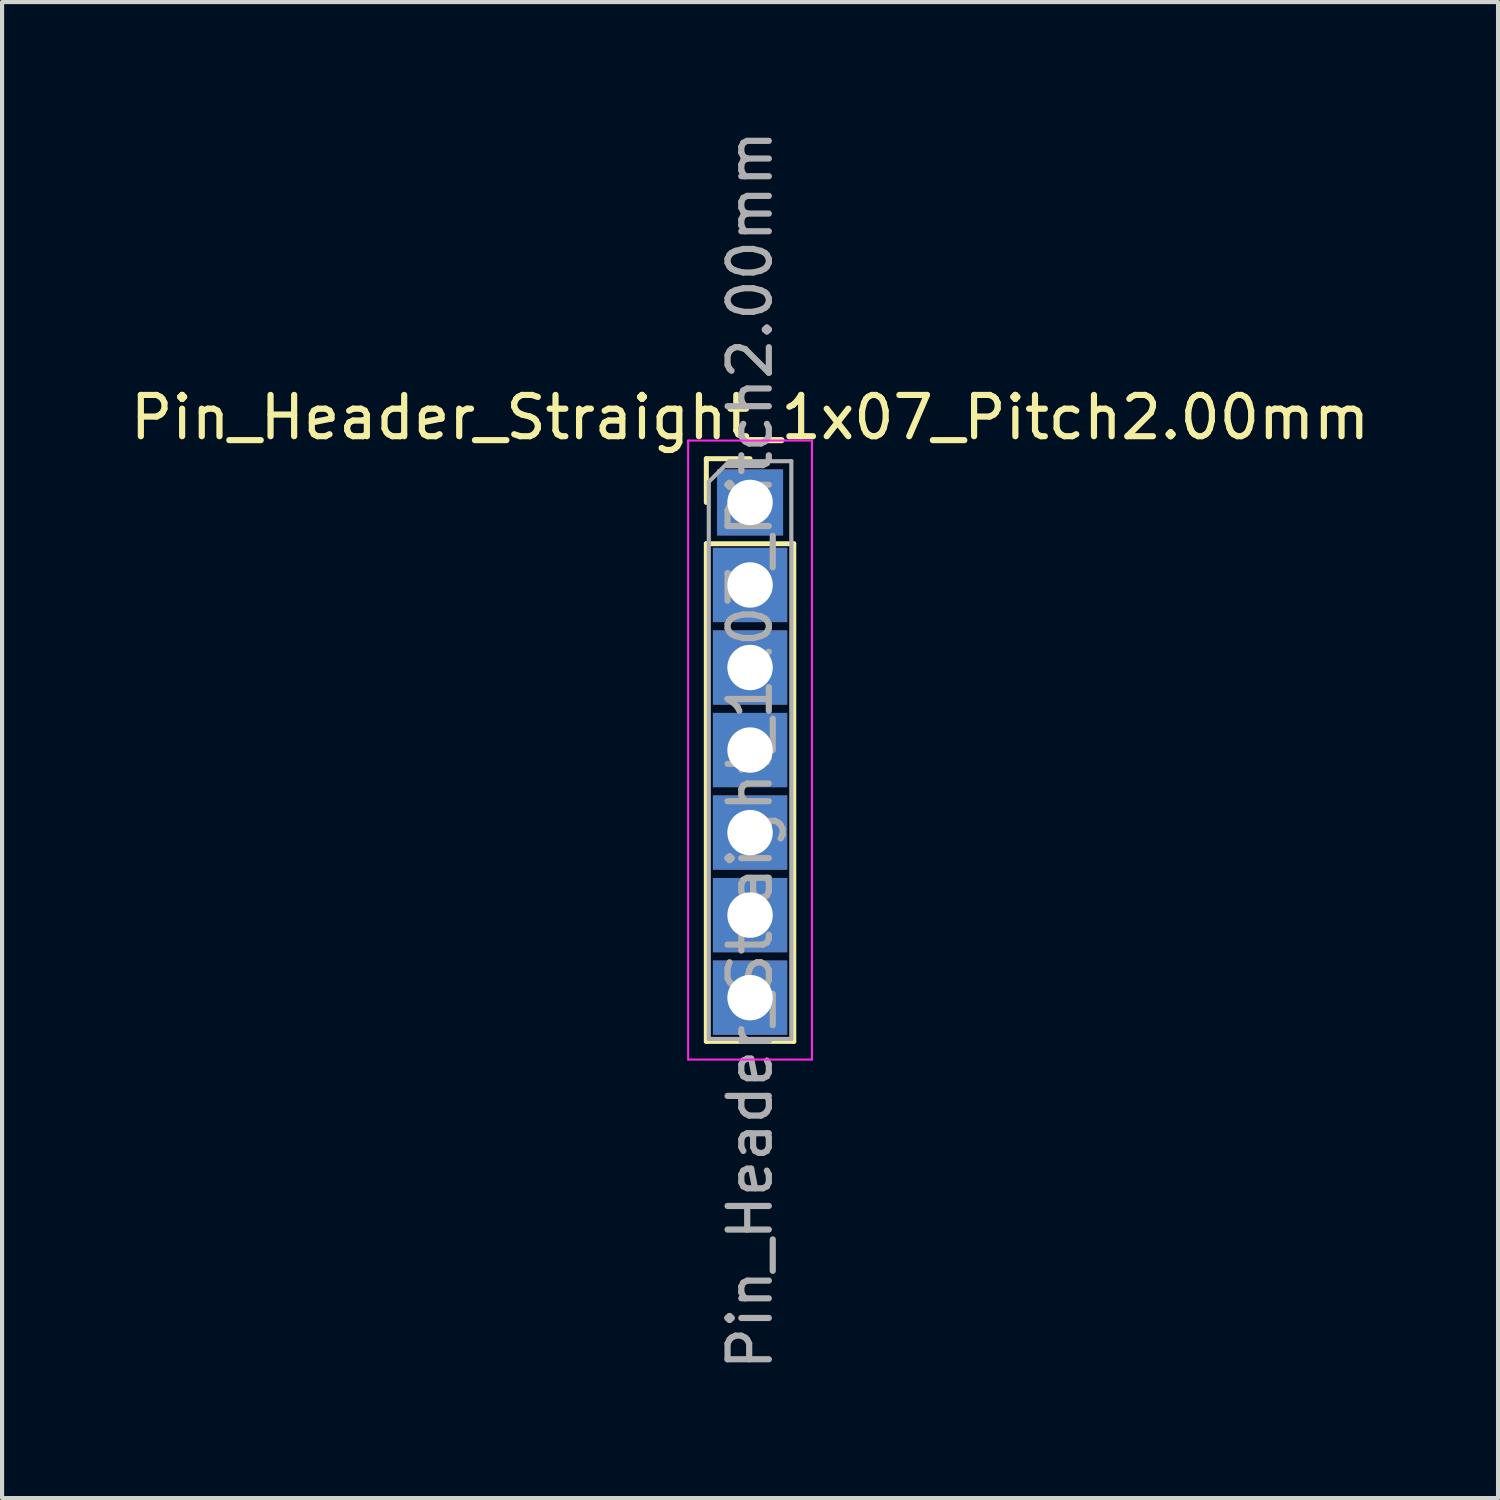
<source format=kicad_pcb>
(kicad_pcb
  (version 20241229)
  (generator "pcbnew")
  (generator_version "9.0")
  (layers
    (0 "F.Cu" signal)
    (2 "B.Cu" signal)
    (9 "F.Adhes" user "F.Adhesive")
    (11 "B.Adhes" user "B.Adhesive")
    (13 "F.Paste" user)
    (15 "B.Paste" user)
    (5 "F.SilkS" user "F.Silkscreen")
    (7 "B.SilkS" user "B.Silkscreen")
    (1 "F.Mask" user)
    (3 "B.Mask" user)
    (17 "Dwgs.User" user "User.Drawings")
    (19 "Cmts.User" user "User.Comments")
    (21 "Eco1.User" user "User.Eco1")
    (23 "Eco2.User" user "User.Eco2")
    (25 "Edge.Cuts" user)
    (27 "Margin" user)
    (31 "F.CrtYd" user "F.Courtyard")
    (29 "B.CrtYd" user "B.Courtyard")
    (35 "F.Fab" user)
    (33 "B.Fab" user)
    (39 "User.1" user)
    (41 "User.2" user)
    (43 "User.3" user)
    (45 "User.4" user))
  (footprint "Pin_Header_Straight_1x07_Pitch2.00mm"
    (layer "F.Cu")
    (at 15.125 9.125)
    (property "Reference" "Pin_Header_Straight_1x07_Pitch2.00mm" (at 0 -2.06 0) (layer "F.SilkS") (effects (font (size 1 1) (thickness 0.15))))
    (attr through_hole)
    (fp_line (start -1.06 -1.06) (end 0 -1.06) (stroke (width 0.12) (type solid)) (layer "F.SilkS"))
    (fp_line (start -1.06 0) (end -1.06 -1.06) (stroke (width 0.12) (type solid)) (layer "F.SilkS"))
    (fp_line (start -1.06 1) (end -1.06 13.06) (stroke (width 0.12) (type solid)) (layer "F.SilkS"))
    (fp_line (start -1.06 1) (end 1.06 1) (stroke (width 0.12) (type solid)) (layer "F.SilkS"))
    (fp_line (start -1.06 13.06) (end 1.06 13.06) (stroke (width 0.12) (type solid)) (layer "F.SilkS"))
    (fp_line (start 1.06 1) (end 1.06 13.06) (stroke (width 0.12) (type solid)) (layer "F.SilkS"))
    (fp_line (start -1.5 -1.5) (end -1.5 13.5) (stroke (width 0.05) (type solid)) (layer "F.CrtYd"))
    (fp_line (start -1.5 13.5) (end 1.5 13.5) (stroke (width 0.05) (type solid)) (layer "F.CrtYd"))
    (fp_line (start 1.5 -1.5) (end -1.5 -1.5) (stroke (width 0.05) (type solid)) (layer "F.CrtYd"))
    (fp_line (start 1.5 13.5) (end 1.5 -1.5) (stroke (width 0.05) (type solid)) (layer "F.CrtYd"))
    (fp_line (start -1 -0.5) (end -0.5 -1) (stroke (width 0.1) (type solid)) (layer "F.Fab"))
    (fp_line (start -1 13) (end -1 -0.5) (stroke (width 0.1) (type solid)) (layer "F.Fab"))
    (fp_line (start -0.5 -1) (end 1 -1) (stroke (width 0.1) (type solid)) (layer "F.Fab"))
    (fp_line (start 1 -1) (end 1 13) (stroke (width 0.1) (type solid)) (layer "F.Fab"))
    (fp_line (start 1 13) (end -1 13) (stroke (width 0.1) (type solid)) (layer "F.Fab"))
    (fp_text user "${REFERENCE}" (at 0 6 90) (layer "F.Fab") (effects (font (size 1 1) (thickness 0.15))))
    (pad "1" thru_hole rect (at 0 0) (size 1.6 1.6) (drill 1.1) (layers "*.Cu" "*.Mask"))
    (pad "2" thru_hole rect (at 0 2) (size 1.8 1.8) (drill 1.1) (layers "*.Cu" "*.Mask"))
    (pad "3" thru_hole rect (at 0 4) (size 1.8 1.8) (drill 1.1) (layers "*.Cu" "*.Mask"))
    (pad "4" thru_hole rect (at 0 6) (size 1.8 1.8) (drill 1.1) (layers "*.Cu" "*.Mask"))
    (pad "5" thru_hole rect (at 0 8) (size 1.8 1.8) (drill 1.1) (layers "*.Cu" "*.Mask"))
    (pad "6" thru_hole rect (at 0 10) (size 1.8 1.8) (drill 1.1) (layers "*.Cu" "*.Mask"))
    (pad "7" thru_hole rect (at 0 12) (size 1.8 1.8) (drill 1.1) (layers "*.Cu" "*.Mask")))
  (gr_rect
    (start -3 -3)
    (end 33.25 33.25)
    (stroke (width 0.1) (type default))
    (fill no)
    (layer "Edge.Cuts")))
</source>
